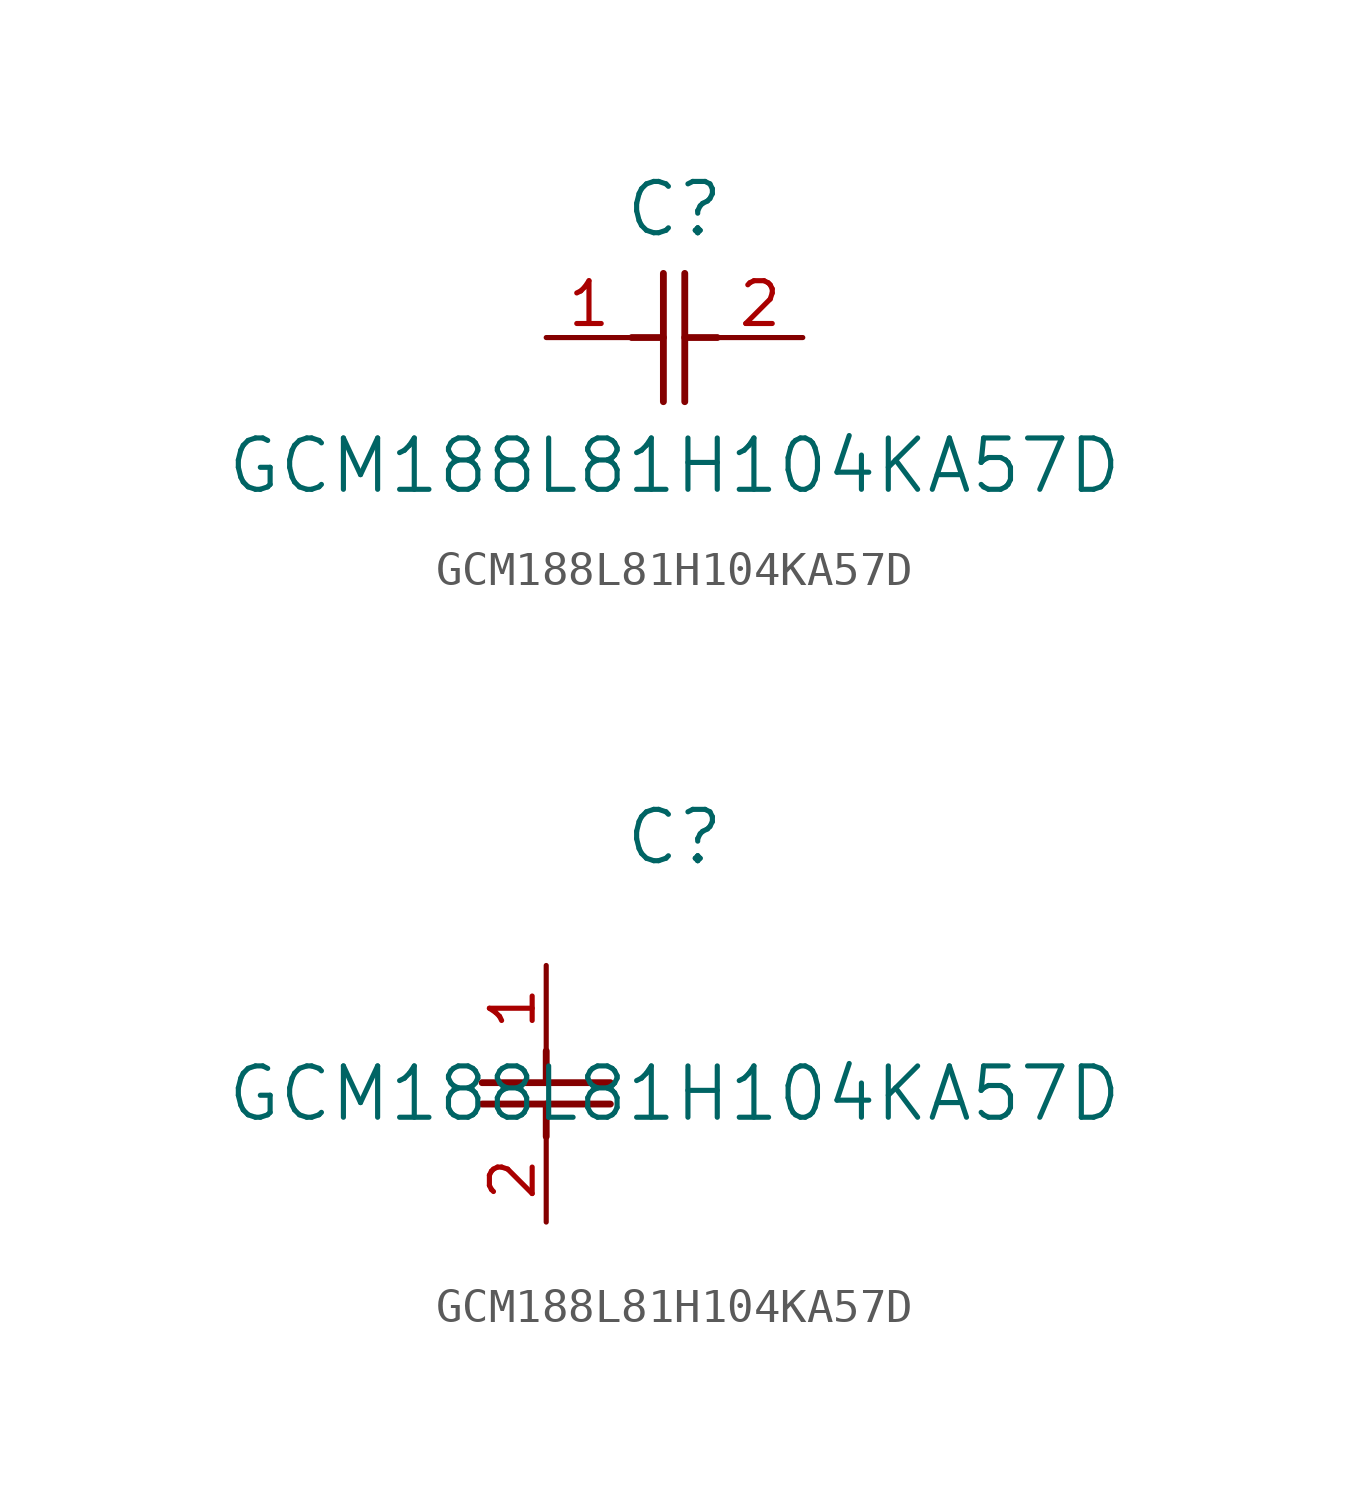
<source format=kicad_sym>
(kicad_symbol_lib
  (version 20211014)
  (generator kicad_symbol_editor)
  (symbol "GCM188L81H104KA57D"
    (pin_names
      (offset 0.254))
    (property "Reference" "C"
      (at 3.81 3.81 0)
      (effects (font (size 1.524 1.524))))
    (property "Value" "GCM188L81H104KA57D"
      (at 3.81 -3.81 0)
      (effects (font (size 1.524 1.524))))
    (symbol "GCM188L81H104KA57D_1_1"
      (polyline (pts (xy 3.48 -1.905) (xy 3.48 1.905)) (stroke (width 0.203) (type default) (color 0 0 0 0)) (fill (type none)))
      (polyline (pts (xy 4.115 -1.905) (xy 4.115 1.905)) (stroke (width 0.203) (type default) (color 0 0 0 0)) (fill (type none)))
      (polyline (pts (xy 4.115 0) (xy 5.08 0)) (stroke (width 0.203) (type default) (color 0 0 0 0)) (fill (type none)))
      (polyline (pts (xy 2.54 0) (xy 3.48 0)) (stroke (width 0.203) (type default) (color 0 0 0 0)) (fill (type none)))
      (pin unspecified line (at 0 0 0) (length 2.54) (name "" (effects (font (size 1.27 1.27)))) (number "1" (effects (font (size 1.27 1.27)))))
      (pin unspecified line (at 7.62 0 180) (length 2.54) (name "" (effects (font (size 1.27 1.27)))) (number "2" (effects (font (size 1.27 1.27))))))
    (symbol "GCM188L81H104KA57D_1_2"
      (polyline (pts (xy -1.905 -3.48) (xy 1.905 -3.48)) (stroke (width 0.203) (type default) (color 0 0 0 0)) (fill (type none)))
      (polyline (pts (xy -1.905 -4.115) (xy 1.905 -4.115)) (stroke (width 0.203) (type default) (color 0 0 0 0)) (fill (type none)))
      (polyline (pts (xy 0 -4.115) (xy 0 -5.08)) (stroke (width 0.203) (type default) (color 0 0 0 0)) (fill (type none)))
      (polyline (pts (xy 0 -2.54) (xy 0 -3.48)) (stroke (width 0.203) (type default) (color 0 0 0 0)) (fill (type none)))
      (pin unspecified line (at 0 0 270) (length 2.54) (name "" (effects (font (size 1.27 1.27)))) (number "1" (effects (font (size 1.27 1.27)))))
      (pin unspecified line (at 0 -7.62 90) (length 2.54) (name "" (effects (font (size 1.27 1.27)))) (number "2" (effects (font (size 1.27 1.27))))))))
</source>
